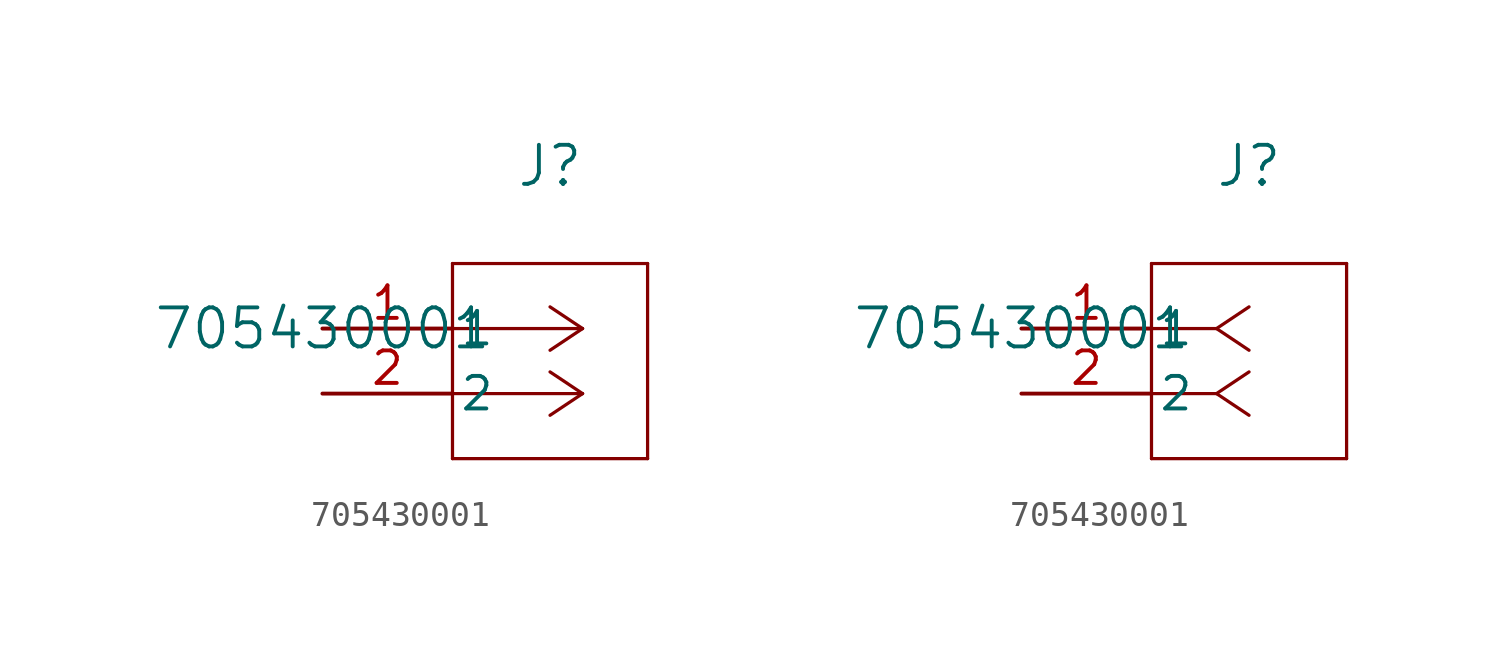
<source format=kicad_sym>
(kicad_symbol_lib
  (version 20241209)
  (generator "kicad_symbol_editor")
  (generator_version "9.0")
  (symbol "705430001"
    (pin_names
      (offset 0.254))
    (property "Reference" "J"
      (at 8.89 6.35 0)
      (effects (font (size 1.524 1.524))))
    (property "Value" "705430001"
      (at 0 0 0)
      (effects (font (size 1.524 1.524))))
    (symbol "705430001_1_1"
      (polyline (pts (xy 5.08 2.54) (xy 5.08 -5.08)) (stroke (width 0.127) (type default)) (fill (type none)))
      (polyline (pts (xy 5.08 -5.08) (xy 12.7 -5.08)) (stroke (width 0.127) (type default)) (fill (type none)))
      (polyline (pts (xy 10.16 0) (xy 5.08 0)) (stroke (width 0.127) (type default)) (fill (type none)))
      (polyline (pts (xy 10.16 0) (xy 8.89 0.847)) (stroke (width 0.127) (type default)) (fill (type none)))
      (polyline (pts (xy 10.16 0) (xy 8.89 -0.847)) (stroke (width 0.127) (type default)) (fill (type none)))
      (polyline (pts (xy 10.16 -2.54) (xy 5.08 -2.54)) (stroke (width 0.127) (type default)) (fill (type none)))
      (polyline (pts (xy 10.16 -2.54) (xy 8.89 -1.693)) (stroke (width 0.127) (type default)) (fill (type none)))
      (polyline (pts (xy 10.16 -2.54) (xy 8.89 -3.387)) (stroke (width 0.127) (type default)) (fill (type none)))
      (polyline (pts (xy 12.7 2.54) (xy 5.08 2.54)) (stroke (width 0.127) (type default)) (fill (type none)))
      (polyline (pts (xy 12.7 -5.08) (xy 12.7 2.54)) (stroke (width 0.127) (type default)) (fill (type none)))
      (pin unspecified line (at 0 0 0) (length 5.08) (name "1" (effects (font (size 1.27 1.27)))) (number "1" (effects (font (size 1.27 1.27)))))
      (pin unspecified line (at 0 -2.54 0) (length 5.08) (name "2" (effects (font (size 1.27 1.27)))) (number "2" (effects (font (size 1.27 1.27))))))
    (symbol "705430001_1_2"
      (polyline (pts (xy 5.08 2.54) (xy 5.08 -5.08)) (stroke (width 0.127) (type default)) (fill (type none)))
      (polyline (pts (xy 5.08 -5.08) (xy 12.7 -5.08)) (stroke (width 0.127) (type default)) (fill (type none)))
      (polyline (pts (xy 7.62 0) (xy 5.08 0)) (stroke (width 0.127) (type default)) (fill (type none)))
      (polyline (pts (xy 7.62 0) (xy 8.89 0.847)) (stroke (width 0.127) (type default)) (fill (type none)))
      (polyline (pts (xy 7.62 0) (xy 8.89 -0.847)) (stroke (width 0.127) (type default)) (fill (type none)))
      (polyline (pts (xy 7.62 -2.54) (xy 5.08 -2.54)) (stroke (width 0.127) (type default)) (fill (type none)))
      (polyline (pts (xy 7.62 -2.54) (xy 8.89 -1.693)) (stroke (width 0.127) (type default)) (fill (type none)))
      (polyline (pts (xy 7.62 -2.54) (xy 8.89 -3.387)) (stroke (width 0.127) (type default)) (fill (type none)))
      (polyline (pts (xy 12.7 2.54) (xy 5.08 2.54)) (stroke (width 0.127) (type default)) (fill (type none)))
      (polyline (pts (xy 12.7 -5.08) (xy 12.7 2.54)) (stroke (width 0.127) (type default)) (fill (type none)))
      (pin unspecified line (at 0 0 0) (length 5.08) (name "1" (effects (font (size 1.27 1.27)))) (number "1" (effects (font (size 1.27 1.27)))))
      (pin unspecified line (at 0 -2.54 0) (length 5.08) (name "2" (effects (font (size 1.27 1.27)))) (number "2" (effects (font (size 1.27 1.27))))))))
</source>
